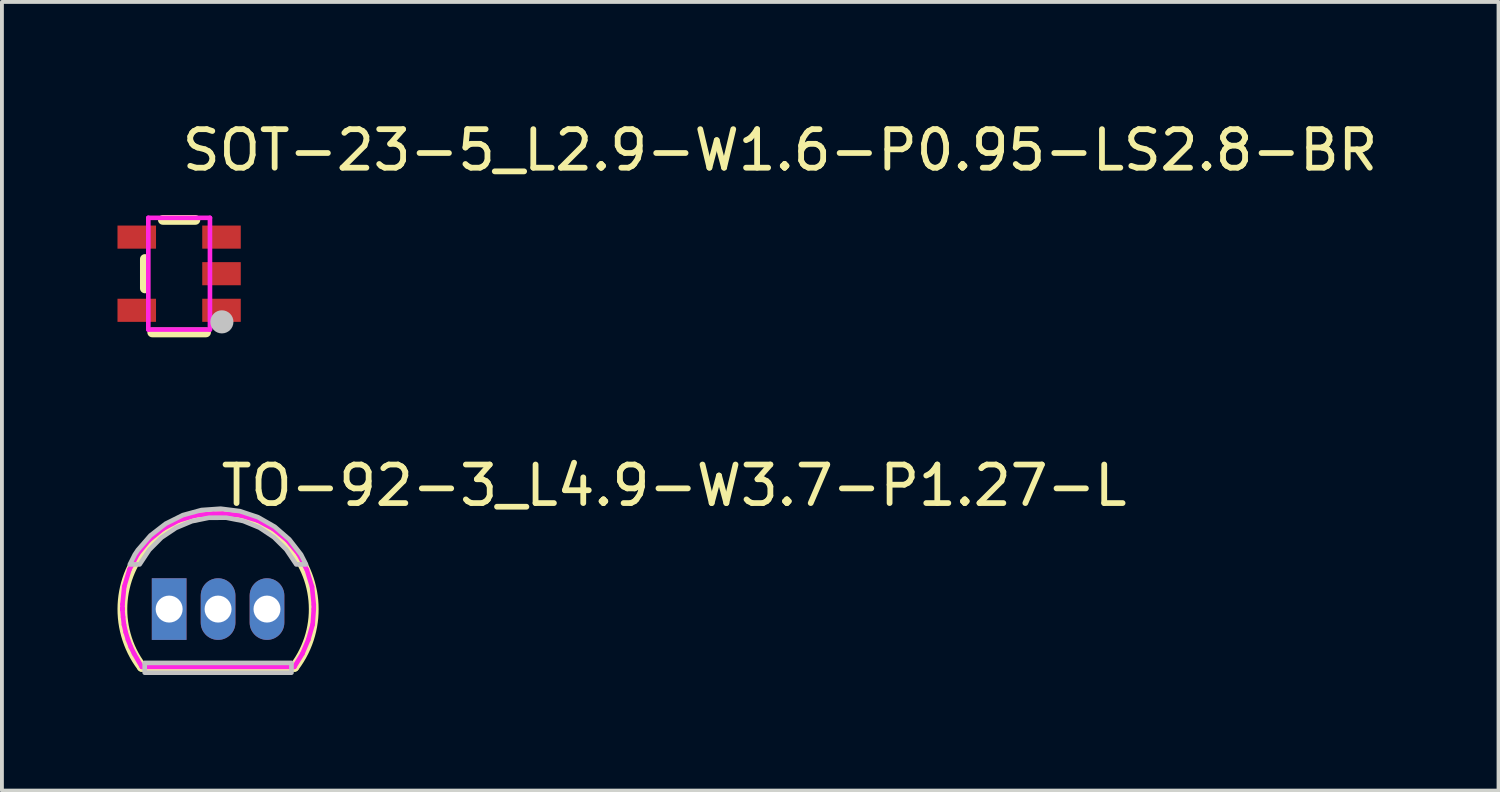
<source format=kicad_pcb>
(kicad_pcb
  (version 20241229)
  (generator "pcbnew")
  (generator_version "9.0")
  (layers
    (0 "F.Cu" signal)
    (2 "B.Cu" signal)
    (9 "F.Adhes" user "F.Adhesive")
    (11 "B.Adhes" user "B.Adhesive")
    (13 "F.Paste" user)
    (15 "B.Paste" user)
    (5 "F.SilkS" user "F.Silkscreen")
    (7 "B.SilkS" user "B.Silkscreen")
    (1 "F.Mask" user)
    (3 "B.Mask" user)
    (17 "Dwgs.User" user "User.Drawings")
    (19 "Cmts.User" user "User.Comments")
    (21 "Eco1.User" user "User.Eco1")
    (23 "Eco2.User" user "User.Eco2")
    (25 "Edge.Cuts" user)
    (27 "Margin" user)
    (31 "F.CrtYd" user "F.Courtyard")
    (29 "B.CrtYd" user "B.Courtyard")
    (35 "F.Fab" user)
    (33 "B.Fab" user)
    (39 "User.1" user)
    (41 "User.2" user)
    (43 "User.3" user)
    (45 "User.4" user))
  (footprint "SOT-23-5_L2.9-W1.6-P0.95-LS2.8-BR"
    (layer "F.Cu")
    (at 1.6 4.055)
    (property "Reference" "SOT-23-5_L2.9-W1.6-P0.95-LS2.8-BR" (at 0 -3.207 0) (layer "F.SilkS") (effects (font (size 1 1) (thickness 0.15)) (justify left)))
    (attr through_hole)
    (fp_line (start -0.889 0.381) (end -0.889 -0.381) (stroke (width 0.254) (type solid)) (layer "F.SilkS"))
    (fp_line (start -0.698 1.524) (end 0.698 1.524) (stroke (width 0.254) (type solid)) (layer "F.SilkS"))
    (fp_line (start -0.422 -1.397) (end 0.422 -1.397) (stroke (width 0.254) (type solid)) (layer "F.SilkS"))
    (fp_circle (center 1.11 1.25) (end 1.26 1.25) (stroke (width 0.3) (type solid)) (fill no) (layer "Dwgs.User"))
    (fp_line (start -0.96 -1.15) (end -0.79 -1.15) (stroke (width 0.12) (type solid)) (layer "Eco2.User"))
    (fp_line (start -0.96 -0.75) (end -0.96 -1.15) (stroke (width 0.12) (type solid)) (layer "Eco2.User"))
    (fp_line (start -0.96 0.75) (end -0.79 0.75) (stroke (width 0.12) (type solid)) (layer "Eco2.User"))
    (fp_line (start -0.96 1.15) (end -0.96 0.75) (stroke (width 0.12) (type solid)) (layer "Eco2.User"))
    (fp_line (start -0.79 -1.15) (end -0.79 -0.75) (stroke (width 0.12) (type solid)) (layer "Eco2.User"))
    (fp_line (start -0.79 -0.75) (end -0.96 -0.75) (stroke (width 0.12) (type solid)) (layer "Eco2.User"))
    (fp_line (start -0.79 0.75) (end -0.79 1.15) (stroke (width 0.12) (type solid)) (layer "Eco2.User"))
    (fp_line (start -0.79 1.15) (end -0.96 1.15) (stroke (width 0.12) (type solid)) (layer "Eco2.User"))
    (fp_line (start 0.79 -1.15) (end 0.96 -1.15) (stroke (width 0.12) (type solid)) (layer "Eco2.User"))
    (fp_line (start 0.79 -0.75) (end 0.79 -1.15) (stroke (width 0.12) (type solid)) (layer "Eco2.User"))
    (fp_line (start 0.79 -0.2) (end 0.96 -0.2) (stroke (width 0.12) (type solid)) (layer "Eco2.User"))
    (fp_line (start 0.79 0.2) (end 0.79 -0.2) (stroke (width 0.12) (type solid)) (layer "Eco2.User"))
    (fp_line (start 0.79 0.75) (end 0.96 0.75) (stroke (width 0.12) (type solid)) (layer "Eco2.User"))
    (fp_line (start 0.79 1.15) (end 0.79 0.75) (stroke (width 0.12) (type solid)) (layer "Eco2.User"))
    (fp_line (start 0.96 -1.15) (end 0.96 -0.75) (stroke (width 0.12) (type solid)) (layer "Eco2.User"))
    (fp_line (start 0.96 -0.75) (end 0.79 -0.75) (stroke (width 0.12) (type solid)) (layer "Eco2.User"))
    (fp_line (start 0.96 -0.2) (end 0.96 0.2) (stroke (width 0.12) (type solid)) (layer "Eco2.User"))
    (fp_line (start 0.96 0.2) (end 0.79 0.2) (stroke (width 0.12) (type solid)) (layer "Eco2.User"))
    (fp_line (start 0.96 0.75) (end 0.96 1.15) (stroke (width 0.12) (type solid)) (layer "Eco2.User"))
    (fp_line (start 0.96 1.15) (end 0.79 1.15) (stroke (width 0.12) (type solid)) (layer "Eco2.User"))
    (fp_circle (center 1.4 1.45) (end 1.43 1.45) (stroke (width 0.06) (type solid)) (fill no) (layer "Eco2.User"))
    (fp_poly (pts (xy -0.95 -0.75) (xy -1.4 -0.75) (xy -1.4 -1.15) (xy -0.95 -1.15)) (stroke (width 0.12) (type solid)) (fill no) (layer "Eco2.User"))
    (fp_poly (pts (xy -0.95 1.15) (xy -1.4 1.15) (xy -1.4 0.75) (xy -0.95 0.75)) (stroke (width 0.12) (type solid)) (fill no) (layer "Eco2.User"))
    (fp_poly (pts (xy 1.4 -0.75) (xy 0.95 -0.75) (xy 0.95 -1.15) (xy 1.4 -1.15)) (stroke (width 0.12) (type solid)) (fill no) (layer "Eco2.User"))
    (fp_poly (pts (xy 1.4 0.2) (xy 0.95 0.2) (xy 0.95 -0.2) (xy 1.4 -0.2)) (stroke (width 0.12) (type solid)) (fill no) (layer "Eco2.User"))
    (fp_poly (pts (xy 1.4 1.15) (xy 0.95 1.15) (xy 0.95 0.75) (xy 1.4 0.75)) (stroke (width 0.12) (type solid)) (fill no) (layer "Eco2.User"))
    (fp_line (start -0.8 -1.45) (end 0.8 -1.45) (stroke (width 0.12) (type solid)) (layer "F.CrtYd"))
    (fp_line (start -0.8 1.45) (end -0.8 -1.45) (stroke (width 0.12) (type solid)) (layer "F.CrtYd"))
    (fp_line (start 0.8 -1.45) (end 0.8 1.45) (stroke (width 0.12) (type solid)) (layer "F.CrtYd"))
    (fp_line (start 0.8 1.45) (end -0.8 1.45) (stroke (width 0.12) (type solid)) (layer "F.CrtYd"))
    (pad "1" smd rect (at 1.1 0.95 90) (size 0.6 1) (layers "F.Cu" "F.Mask" "F.Paste"))
    (pad "2" smd rect (at 1.1 0 90) (size 0.6 1) (layers "F.Cu" "F.Mask" "F.Paste"))
    (pad "3" smd rect (at 1.1 -0.95 90) (size 0.6 1) (layers "F.Cu" "F.Mask" "F.Paste"))
    (pad "4" smd rect (at -1.1 -0.95 90) (size 0.6 1) (layers "F.Cu" "F.Mask" "F.Paste"))
    (pad "5" smd rect (at -1.1 0.95 90) (size 0.6 1) (layers "F.Cu" "F.Mask" "F.Paste")))
  (footprint "TO-92-3_L4.9-W3.7-P1.27-L"
    (layer "F.Cu")
    (at 2.611 12.761)
    (property "Reference" "TO-92-3_L4.9-W3.7-P1.27-L" (at 0 -3.207 0) (layer "F.SilkS") (effects (font (size 1 1) (thickness 0.15)) (justify left)))
    (attr through_hole)
    (fp_line (start 1.98 1.5) (end -1.98 1.5) (stroke (width 0.254) (type solid)) (layer "F.SilkS"))
    (fp_arc (start -1.981 1.501) (mid 0.000196 -2.480619) (end 1.980763 1.501313) (stroke (width 0.254) (type solid)) (layer "F.SilkS"))
    (fp_poly (pts (xy -1.905 1.397) (xy 1.905 1.397) (xy 1.905 1.651) (xy -1.905 1.651)) (stroke (width 0.12) (type solid)) (fill no) (layer "Dwgs.User"))
    (fp_poly (pts (xy -2.29 -1.16) (xy -2.036 -1.16) (xy -1.787 -1.536) (xy -1.469 -1.856) (xy -1.095 -2.107) (xy -0.679 -2.281) (xy -0.237 -2.371) (xy 0.214 -2.372) (xy 0.656 -2.286) (xy 1.073 -2.115) (xy 1.449 -1.865) (xy 1.769 -1.548) (xy 2.021 -1.173) (xy 2.028 -1.16) (xy 2.282 -1.16) (xy 2.155 -1.414) (xy 1.849 -1.809) (xy 1.471 -2.137) (xy 1.037 -2.385) (xy 0.563 -2.543) (xy 0.067 -2.606) (xy -0.431 -2.571) (xy -0.914 -2.439) (xy -1.361 -2.216) (xy -1.756 -1.91) (xy -2.084 -1.532) (xy -2.163 -1.414)) (stroke (width 0.12) (type solid)) (fill no) (layer "Dwgs.User"))
    (fp_circle (center -2.484 1.5) (end -2.454 1.5) (stroke (width 0.06) (type solid)) (fill no) (layer "Eco2.User"))
    (fp_poly (pts (xy -1.505 0.22) (xy -1.505 -0.22) (xy -1.035 -0.22) (xy -1.035 0.22)) (stroke (width 0.12) (type solid)) (fill no) (layer "Eco2.User"))
    (fp_poly (pts (xy -0.235 0.22) (xy -0.235 -0.22) (xy 0.235 -0.22) (xy 0.235 0.22)) (stroke (width 0.12) (type solid)) (fill no) (layer "Eco2.User"))
    (fp_poly (pts (xy 1.035 0.22) (xy 1.035 -0.22) (xy 1.505 -0.22) (xy 1.505 0.22)) (stroke (width 0.12) (type solid)) (fill no) (layer "Eco2.User"))
    (fp_line (start -2.484 0) (end -2.466 0.207) (stroke (width 0.12) (type solid)) (layer "F.CrtYd"))
    (fp_line (start -2.483 0) (end -2.484 0) (stroke (width 0.12) (type solid)) (layer "F.CrtYd"))
    (fp_line (start -2.483 0) (end -2.483 0) (stroke (width 0.12) (type solid)) (layer "F.CrtYd"))
    (fp_line (start -2.482 -0.001) (end -2.482 0) (stroke (width 0.12) (type solid)) (layer "F.CrtYd"))
    (fp_line (start -2.482 0) (end -2.483 0) (stroke (width 0.12) (type solid)) (layer "F.CrtYd"))
    (fp_line (start -2.481 -0.124) (end -2.481 -0.003) (stroke (width 0.12) (type solid)) (layer "F.CrtYd"))
    (fp_line (start -2.481 -0.003) (end -2.481 -0.003) (stroke (width 0.12) (type solid)) (layer "F.CrtYd"))
    (fp_line (start -2.481 -0.003) (end -2.481 -0.002) (stroke (width 0.12) (type solid)) (layer "F.CrtYd"))
    (fp_line (start -2.481 -0.002) (end -2.481 -0.001) (stroke (width 0.12) (type solid)) (layer "F.CrtYd"))
    (fp_line (start -2.481 -0.001) (end -2.482 -0.001) (stroke (width 0.12) (type solid)) (layer "F.CrtYd"))
    (fp_line (start -2.466 0.207) (end -2.443 0.405) (stroke (width 0.12) (type solid)) (layer "F.CrtYd"))
    (fp_line (start -2.443 0.405) (end -2.399 0.598) (stroke (width 0.12) (type solid)) (layer "F.CrtYd"))
    (fp_line (start -2.436 -0.583) (end -2.481 -0.124) (stroke (width 0.12) (type solid)) (layer "F.CrtYd"))
    (fp_line (start -2.399 0.598) (end -2.34 0.791) (stroke (width 0.12) (type solid)) (layer "F.CrtYd"))
    (fp_line (start -2.34 0.791) (end -2.265 0.985) (stroke (width 0.12) (type solid)) (layer "F.CrtYd"))
    (fp_line (start -2.302 -1.025) (end -2.436 -0.583) (stroke (width 0.12) (type solid)) (layer "F.CrtYd"))
    (fp_line (start -2.265 0.985) (end -2.181 1.156) (stroke (width 0.12) (type solid)) (layer "F.CrtYd"))
    (fp_line (start -2.181 1.156) (end -1.98 1.5) (stroke (width 0.12) (type solid)) (layer "F.CrtYd"))
    (fp_line (start -2.084 -1.432) (end -2.302 -1.025) (stroke (width 0.12) (type solid)) (layer "F.CrtYd"))
    (fp_line (start -1.98 1.5) (end 1.98 1.5) (stroke (width 0.12) (type solid)) (layer "F.CrtYd"))
    (fp_line (start -1.791 -1.789) (end -2.084 -1.432) (stroke (width 0.12) (type solid)) (layer "F.CrtYd"))
    (fp_line (start -1.435 -2.081) (end -1.791 -1.789) (stroke (width 0.12) (type solid)) (layer "F.CrtYd"))
    (fp_line (start -1.028 -2.299) (end -1.435 -2.081) (stroke (width 0.12) (type solid)) (layer "F.CrtYd"))
    (fp_line (start -0.586 -2.433) (end -1.028 -2.299) (stroke (width 0.12) (type solid)) (layer "F.CrtYd"))
    (fp_line (start -0.127 -2.478) (end -0.586 -2.433) (stroke (width 0.12) (type solid)) (layer "F.CrtYd"))
    (fp_line (start 0.124 -2.478) (end -0.127 -2.478) (stroke (width 0.12) (type solid)) (layer "F.CrtYd"))
    (fp_line (start 0.584 -2.433) (end 0.124 -2.478) (stroke (width 0.12) (type solid)) (layer "F.CrtYd"))
    (fp_line (start 1.027 -2.299) (end 0.584 -2.433) (stroke (width 0.12) (type solid)) (layer "F.CrtYd"))
    (fp_line (start 1.435 -2.08) (end 1.027 -2.299) (stroke (width 0.12) (type solid)) (layer "F.CrtYd"))
    (fp_line (start 1.793 -1.787) (end 1.435 -2.08) (stroke (width 0.12) (type solid)) (layer "F.CrtYd"))
    (fp_line (start 1.98 1.5) (end 2.189 1.158) (stroke (width 0.12) (type solid)) (layer "F.CrtYd"))
    (fp_line (start 2.086 -1.429) (end 1.793 -1.787) (stroke (width 0.12) (type solid)) (layer "F.CrtYd"))
    (fp_line (start 2.189 1.158) (end 2.342 0.795) (stroke (width 0.12) (type solid)) (layer "F.CrtYd"))
    (fp_line (start 2.304 -1.021) (end 2.086 -1.429) (stroke (width 0.12) (type solid)) (layer "F.CrtYd"))
    (fp_line (start 2.342 0.795) (end 2.456 0.397) (stroke (width 0.12) (type solid)) (layer "F.CrtYd"))
    (fp_line (start 2.439 -0.578) (end 2.304 -1.021) (stroke (width 0.12) (type solid)) (layer "F.CrtYd"))
    (fp_line (start 2.456 0.397) (end 2.484 0) (stroke (width 0.12) (type solid)) (layer "F.CrtYd"))
    (fp_line (start 2.484 -0.118) (end 2.439 -0.578) (stroke (width 0.12) (type solid)) (layer "F.CrtYd"))
    (fp_line (start 2.484 0) (end 2.484 -0.118) (stroke (width 0.12) (type solid)) (layer "F.CrtYd"))
    (pad "1" thru_hole rect (at -1.27 0) (size 0.9 1.6) (drill 0.7) (layers "*.Cu" "*.Mask"))
    (pad "2" thru_hole oval (at 0 0) (size 0.9 1.6) (drill 0.7) (layers "*.Cu" "*.Mask"))
    (pad "3" thru_hole oval (at 1.27 0) (size 0.9 1.6) (drill 0.7) (layers "*.Cu" "*.Mask")))
  (gr_rect
    (start -3 -3)
    (end 35.85 17.473)
    (stroke (width 0.1) (type default))
    (fill no)
    (layer "Edge.Cuts")))
</source>
